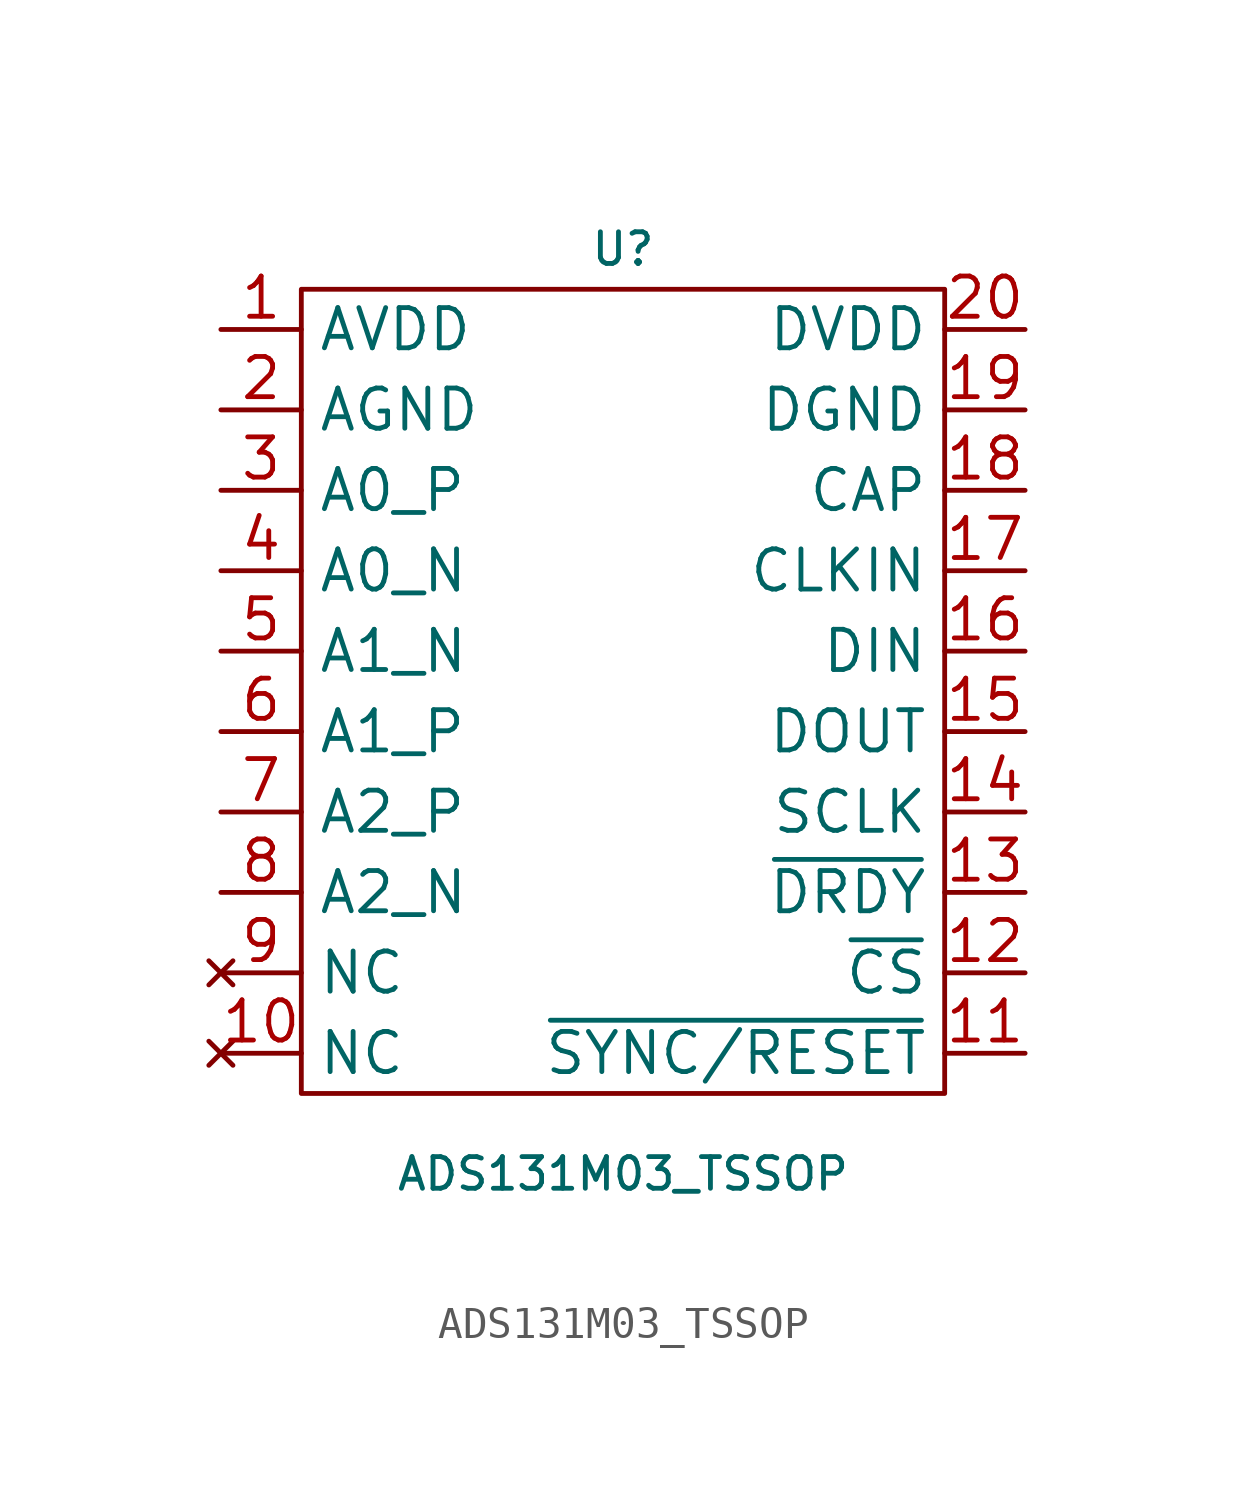
<source format=kicad_sym>
(kicad_symbol_lib
  (version 20211014)
  (generator kicad_symbol_editor)
  (symbol "ADS131M03_TSSOP"
    (property "Reference" "U"
      (at 0 13.97 0)
      (effects (font (size 1 1))))
    (property "Value" "ADS131M03_TSSOP"
      (at 0 -15.24 0)
      (effects (font (size 1 1))))
    (symbol "ADS131M03_TSSOP_0_1"
      (rectangle (start -10.16 12.7) (end 10.16 -12.7) (stroke (width 0.152) (type default) (color 0 0 0 0)) (fill (type none))))
    (symbol "ADS131M03_TSSOP_1_1"
      (pin power_in line (at -12.7 11.43 0) (length 2.54) (name "AVDD" (effects (font (size 1.27 1.27)))) (number "1" (effects (font (size 1.27 1.27)))))
      (pin no_connect line (at -12.7 -11.43 0) (length 2.54) (name "NC" (effects (font (size 1.27 1.27)))) (number "10" (effects (font (size 1.27 1.27)))))
      (pin input line (at 12.7 -11.43 180) (length 2.54) (name "~{SYNC/RESET}" (effects (font (size 1.27 1.27)))) (number "11" (effects (font (size 1.27 1.27)))))
      (pin input line (at 12.7 -8.89 180) (length 2.54) (name "~{CS}" (effects (font (size 1.27 1.27)))) (number "12" (effects (font (size 1.27 1.27)))))
      (pin output line (at 12.7 -6.35 180) (length 2.54) (name "~{DRDY}" (effects (font (size 1.27 1.27)))) (number "13" (effects (font (size 1.27 1.27)))))
      (pin input line (at 12.7 -3.81 180) (length 2.54) (name "SCLK" (effects (font (size 1.27 1.27)))) (number "14" (effects (font (size 1.27 1.27)))))
      (pin output line (at 12.7 -1.27 180) (length 2.54) (name "DOUT" (effects (font (size 1.27 1.27)))) (number "15" (effects (font (size 1.27 1.27)))))
      (pin input line (at 12.7 1.27 180) (length 2.54) (name "DIN" (effects (font (size 1.27 1.27)))) (number "16" (effects (font (size 1.27 1.27)))))
      (pin input line (at 12.7 3.81 180) (length 2.54) (name "CLKIN" (effects (font (size 1.27 1.27)))) (number "17" (effects (font (size 1.27 1.27)))))
      (pin power_out line (at 12.7 6.35 180) (length 2.54) (name "CAP" (effects (font (size 1.27 1.27)))) (number "18" (effects (font (size 1.27 1.27)))))
      (pin power_in line (at 12.7 8.89 180) (length 2.54) (name "DGND" (effects (font (size 1.27 1.27)))) (number "19" (effects (font (size 1.27 1.27)))))
      (pin power_in line (at -12.7 8.89 0) (length 2.54) (name "AGND" (effects (font (size 1.27 1.27)))) (number "2" (effects (font (size 1.27 1.27)))))
      (pin power_in line (at 12.7 11.43 180) (length 2.54) (name "DVDD" (effects (font (size 1.27 1.27)))) (number "20" (effects (font (size 1.27 1.27)))))
      (pin input line (at -12.7 6.35 0) (length 2.54) (name "A0_P" (effects (font (size 1.27 1.27)))) (number "3" (effects (font (size 1.27 1.27)))))
      (pin input line (at -12.7 3.81 0) (length 2.54) (name "A0_N" (effects (font (size 1.27 1.27)))) (number "4" (effects (font (size 1.27 1.27)))))
      (pin input line (at -12.7 1.27 0) (length 2.54) (name "A1_N" (effects (font (size 1.27 1.27)))) (number "5" (effects (font (size 1.27 1.27)))))
      (pin input line (at -12.7 -1.27 0) (length 2.54) (name "A1_P" (effects (font (size 1.27 1.27)))) (number "6" (effects (font (size 1.27 1.27)))))
      (pin input line (at -12.7 -3.81 0) (length 2.54) (name "A2_P" (effects (font (size 1.27 1.27)))) (number "7" (effects (font (size 1.27 1.27)))))
      (pin input line (at -12.7 -6.35 0) (length 2.54) (name "A2_N" (effects (font (size 1.27 1.27)))) (number "8" (effects (font (size 1.27 1.27)))))
      (pin no_connect line (at -12.7 -8.89 0) (length 2.54) (name "NC" (effects (font (size 1.27 1.27)))) (number "9" (effects (font (size 1.27 1.27))))))))
</source>
